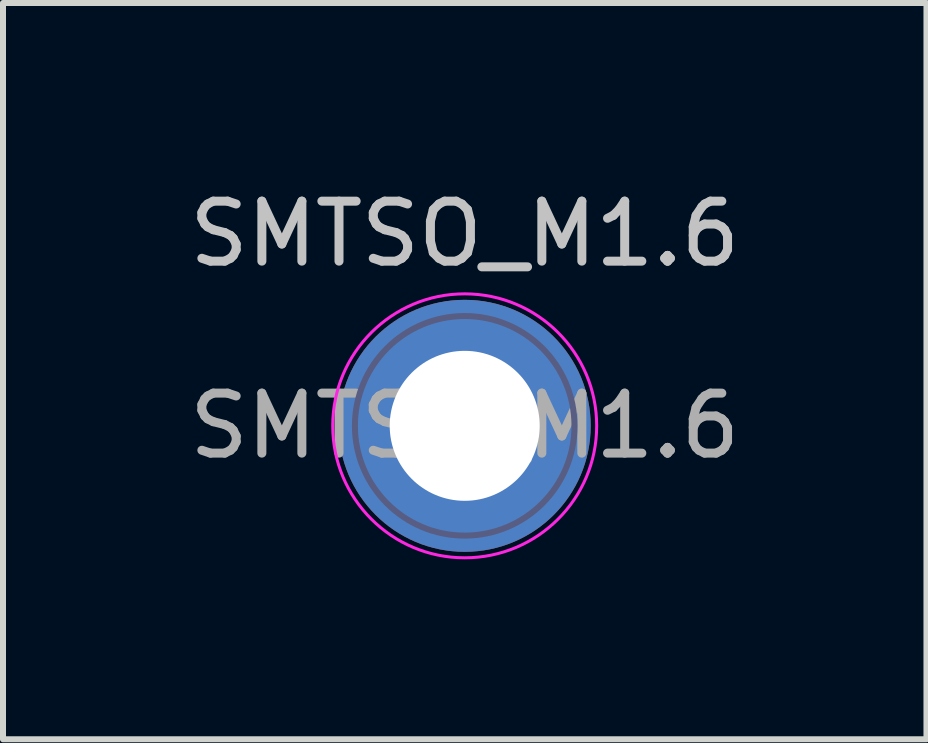
<source format=kicad_pcb>
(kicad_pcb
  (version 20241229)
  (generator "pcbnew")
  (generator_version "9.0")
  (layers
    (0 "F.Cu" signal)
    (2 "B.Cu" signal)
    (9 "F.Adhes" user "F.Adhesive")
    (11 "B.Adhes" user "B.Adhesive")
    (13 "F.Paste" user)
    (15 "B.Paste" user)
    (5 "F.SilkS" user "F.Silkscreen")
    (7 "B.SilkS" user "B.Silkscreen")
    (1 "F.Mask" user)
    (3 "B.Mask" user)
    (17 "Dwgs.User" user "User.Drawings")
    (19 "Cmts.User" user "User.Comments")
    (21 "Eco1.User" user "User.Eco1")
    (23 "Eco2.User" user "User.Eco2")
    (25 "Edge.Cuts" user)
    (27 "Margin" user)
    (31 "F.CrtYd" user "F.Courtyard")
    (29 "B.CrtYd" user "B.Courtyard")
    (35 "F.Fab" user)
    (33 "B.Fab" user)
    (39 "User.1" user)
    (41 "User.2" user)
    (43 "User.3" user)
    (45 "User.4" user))
  (footprint "SMTSO_M1.6"
    (layer "F.Cu")
    (at 4.696 4.048)
    (property "Reference" "SMTSO_M1.6" (at 0 -3.2 0) (layer "Dwgs.User") (effects (font (size 1 1) (thickness 0.15))))
    (attr exclude_from_pos_files exclude_from_bom)
    (fp_circle (center 0 0) (end 2.2 0) (stroke (width 0.05) (type solid)) (fill no) (layer "F.CrtYd"))
    (fp_circle (center 0 0) (end 1.83 0) (stroke (width 0.1) (type solid)) (fill no) (layer "B.Fab"))
    (fp_text user "${REFERENCE}" (at 0 0 0) (layer "F.Fab") (effects (font (size 1 1) (thickness 0.15))))
    (pad "" thru_hole circle (at 0 0) (size 4.2 4.2) (drill 2.5) (layers "*.Cu" "*.Mask")))
  (gr_rect
    (start -3 -3)
    (end 12.393 9.273)
    (stroke (width 0.1) (type default))
    (fill no)
    (layer "Edge.Cuts")))
</source>
